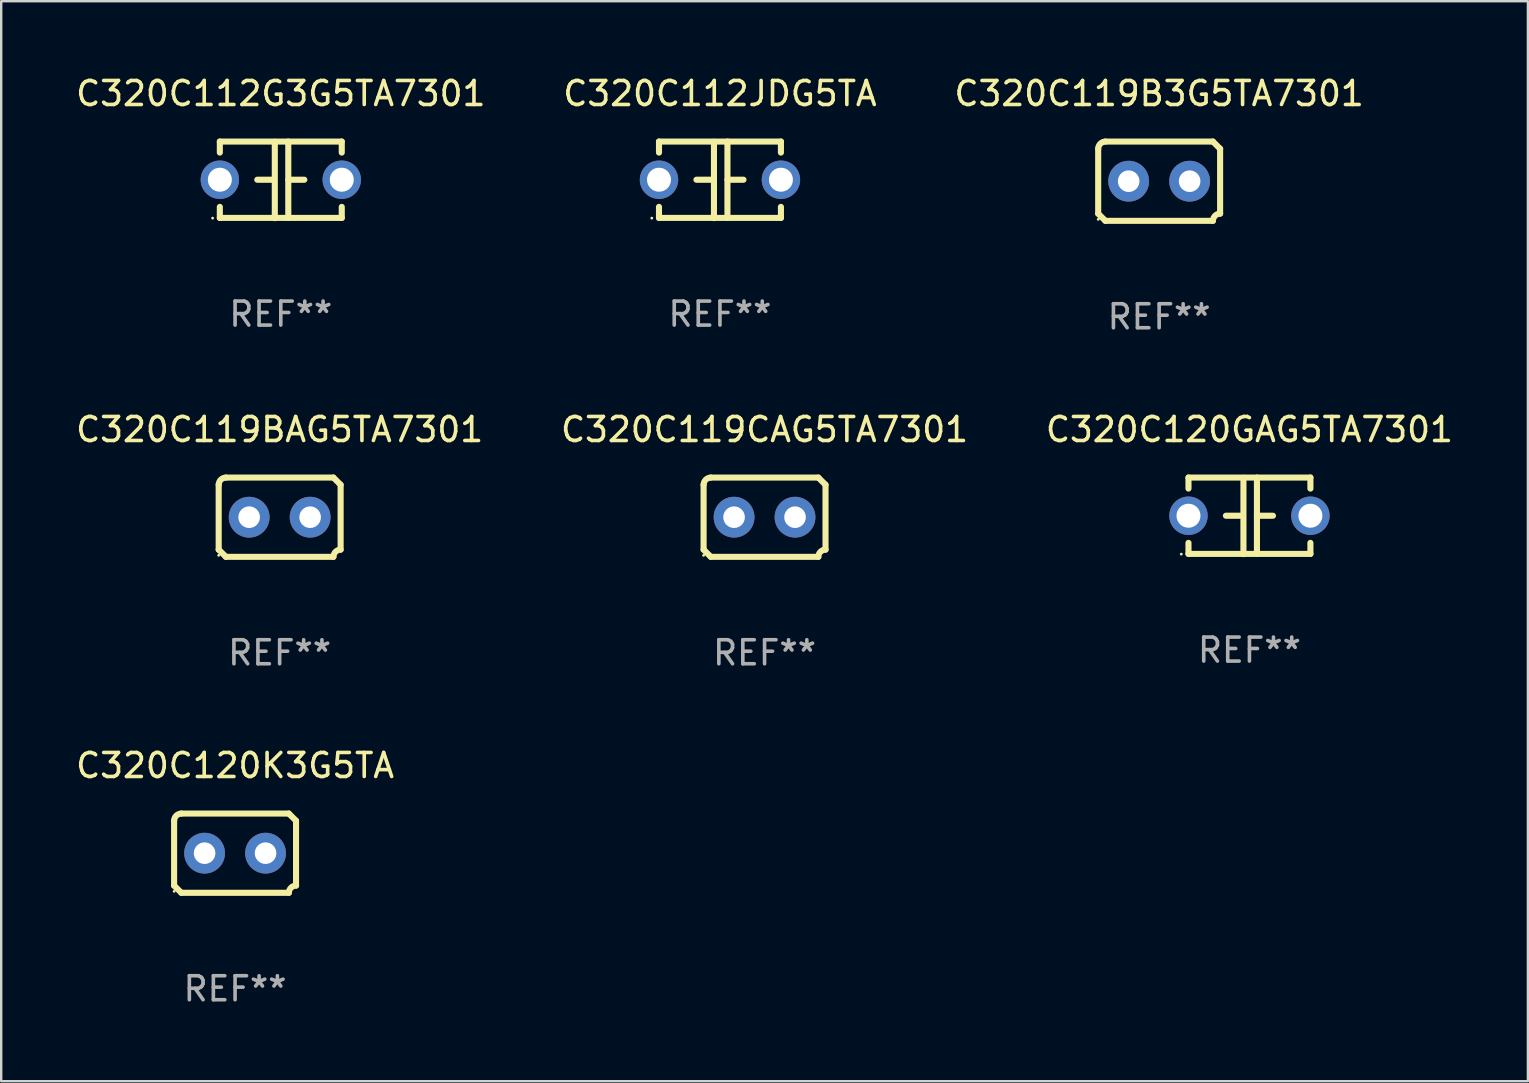
<source format=kicad_pcb>
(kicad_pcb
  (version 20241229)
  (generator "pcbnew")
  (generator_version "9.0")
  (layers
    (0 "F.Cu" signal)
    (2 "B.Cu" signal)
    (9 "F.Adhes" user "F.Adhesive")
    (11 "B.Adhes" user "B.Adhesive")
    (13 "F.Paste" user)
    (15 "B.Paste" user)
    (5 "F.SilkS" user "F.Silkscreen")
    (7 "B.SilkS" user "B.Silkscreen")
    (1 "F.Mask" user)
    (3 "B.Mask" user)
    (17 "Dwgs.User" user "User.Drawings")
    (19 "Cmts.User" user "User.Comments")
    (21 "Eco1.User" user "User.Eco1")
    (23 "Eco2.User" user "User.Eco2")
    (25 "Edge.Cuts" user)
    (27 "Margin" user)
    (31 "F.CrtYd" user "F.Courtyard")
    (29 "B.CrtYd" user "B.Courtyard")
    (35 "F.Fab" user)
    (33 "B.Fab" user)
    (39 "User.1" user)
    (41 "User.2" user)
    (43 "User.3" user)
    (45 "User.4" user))
  (footprint "C320C120K3G5TA"
    (layer "F.Cu")
    (at 6.744 32.496)
    (property "Reference" "C320C120K3G5TA" (at 0 -3.651 0) (layer "F.SilkS") (effects (font (size 1 1) (thickness 0.15))))
    (attr through_hole)
    (fp_line (start -2.54 -1.351) (end -2.54 1.351) (stroke (width 0.254) (type solid)) (layer "F.SilkS"))
    (fp_line (start -2.24 -1.651) (end 2.24 -1.651) (stroke (width 0.254) (type solid)) (layer "F.SilkS"))
    (fp_line (start 2.24 1.651) (end -2.24 1.651) (stroke (width 0.254) (type solid)) (layer "F.SilkS"))
    (fp_line (start 2.54 1.351) (end 2.54 -1.351) (stroke (width 0.254) (type solid)) (layer "F.SilkS"))
    (fp_arc (start -2.540005 -1.351283) (mid -2.450115 -1.561309) (end -2.240005 -1.651003) (stroke (width 0.254001) (type solid)) (layer "F.SilkS"))
    (fp_arc (start -2.240287 1.651001) (mid -2.390163 1.501019) (end -2.540005 1.351003) (stroke (width 0.254001) (type solid)) (layer "F.SilkS"))
    (fp_arc (start 2.240005 1.651003) (mid 2.329934 1.441015) (end 2.540005 1.351282) (stroke (width 0.254001) (type solid)) (layer "F.SilkS"))
    (fp_arc (start 2.540005 -1.351003) (mid 2.389393 -1.500252) (end 2.240284 -1.651003) (stroke (width 0.254001) (type solid)) (layer "F.SilkS"))
    (fp_circle (center -2.54 1.59) (end -2.51 1.59) (stroke (width 0.06) (type solid)) (fill no) (layer "F.SilkS"))
    (fp_text user "REF**" (at 0 5.651 0) (layer "F.Fab") (effects (font (size 1 1) (thickness 0.15))))
    (pad "1" thru_hole circle (at -1.27 0) (size 1.7 1.7) (drill 0.9) (layers "*.Cu" "*.Mask"))
    (pad "2" thru_hole circle (at 1.27 0) (size 1.7 1.7) (drill 0.9) (layers "*.Cu" "*.Mask")))
  (footprint "C320C119B3G5TA7301"
    (layer "F.Cu")
    (at 45.244 4.499)
    (property "Reference" "C320C119B3G5TA7301" (at 0 -3.651 0) (layer "F.SilkS") (effects (font (size 1 1) (thickness 0.15))))
    (attr through_hole)
    (fp_line (start -2.54 -1.351) (end -2.54 1.351) (stroke (width 0.254) (type solid)) (layer "F.SilkS"))
    (fp_line (start -2.24 -1.651) (end 2.24 -1.651) (stroke (width 0.254) (type solid)) (layer "F.SilkS"))
    (fp_line (start 2.24 1.651) (end -2.24 1.651) (stroke (width 0.254) (type solid)) (layer "F.SilkS"))
    (fp_line (start 2.54 1.351) (end 2.54 -1.351) (stroke (width 0.254) (type solid)) (layer "F.SilkS"))
    (fp_arc (start -2.540005 -1.351283) (mid -2.450115 -1.561309) (end -2.240005 -1.651003) (stroke (width 0.254001) (type solid)) (layer "F.SilkS"))
    (fp_arc (start -2.240287 1.651001) (mid -2.390163 1.501019) (end -2.540005 1.351003) (stroke (width 0.254001) (type solid)) (layer "F.SilkS"))
    (fp_arc (start 2.240005 1.651003) (mid 2.329934 1.441015) (end 2.540005 1.351282) (stroke (width 0.254001) (type solid)) (layer "F.SilkS"))
    (fp_arc (start 2.540005 -1.351003) (mid 2.389393 -1.500252) (end 2.240284 -1.651003) (stroke (width 0.254001) (type solid)) (layer "F.SilkS"))
    (fp_circle (center -2.54 1.59) (end -2.51 1.59) (stroke (width 0.06) (type solid)) (fill no) (layer "F.SilkS"))
    (fp_text user "REF**" (at 0 5.651 0) (layer "F.Fab") (effects (font (size 1 1) (thickness 0.15))))
    (pad "1" thru_hole circle (at -1.27 0) (size 1.7 1.7) (drill 0.9) (layers "*.Cu" "*.Mask"))
    (pad "2" thru_hole circle (at 1.27 0) (size 1.7 1.7) (drill 0.9) (layers "*.Cu" "*.Mask")))
  (footprint "C320C112JDG5TA"
    (layer "F.Cu")
    (at 26.946 4.443)
    (property "Reference" "C320C112JDG5TA" (at 0 -3.595 0) (layer "F.SilkS") (effects (font (size 1 1) (thickness 0.15))))
    (attr through_hole)
    (fp_line (start -2.54 -1.595) (end -2.54 -1.136) (stroke (width 0.254) (type solid)) (layer "F.SilkS"))
    (fp_line (start -2.54 -1.595) (end 2.54 -1.595) (stroke (width 0.254) (type solid)) (layer "F.SilkS"))
    (fp_line (start -2.54 1.126) (end -2.54 1.585) (stroke (width 0.254) (type solid)) (layer "F.SilkS"))
    (fp_line (start -0.312 -0.005) (end -0.98 -0.005) (stroke (width 0.254) (type solid)) (layer "F.SilkS"))
    (fp_line (start -0.25 -1.585) (end -0.25 1.595) (stroke (width 0.254) (type solid)) (layer "F.SilkS"))
    (fp_line (start 0.312 -1.595) (end 0.312 1.585) (stroke (width 0.254) (type solid)) (layer "F.SilkS"))
    (fp_line (start 0.312 -0.005) (end 0.98 -0.005) (stroke (width 0.254) (type solid)) (layer "F.SilkS"))
    (fp_line (start 2.54 -1.595) (end 2.54 -1.136) (stroke (width 0.254) (type solid)) (layer "F.SilkS"))
    (fp_line (start 2.54 1.126) (end 2.54 1.585) (stroke (width 0.254) (type solid)) (layer "F.SilkS"))
    (fp_line (start 2.54 1.585) (end -2.54 1.585) (stroke (width 0.254) (type solid)) (layer "F.SilkS"))
    (fp_circle (center -2.84 1.595) (end -2.81 1.595) (stroke (width 0.06) (type solid)) (fill no) (layer "F.SilkS"))
    (fp_text user "REF**" (at 0 5.595 0) (layer "F.Fab") (effects (font (size 1 1) (thickness 0.15))))
    (pad "1" thru_hole circle (at -2.54 -0.005) (size 1.6 1.6) (drill 1) (layers "*.Cu" "*.Mask"))
    (pad "2" thru_hole circle (at 2.54 -0.005) (size 1.6 1.6) (drill 1) (layers "*.Cu" "*.Mask")))
  (footprint "C320C112G3G5TA7301"
    (layer "F.Cu")
    (at 8.649 4.443)
    (property "Reference" "C320C112G3G5TA7301" (at 0 -3.595 0) (layer "F.SilkS") (effects (font (size 1 1) (thickness 0.15))))
    (attr through_hole)
    (fp_line (start -2.54 -1.595) (end -2.54 -1.136) (stroke (width 0.254) (type solid)) (layer "F.SilkS"))
    (fp_line (start -2.54 -1.595) (end 2.54 -1.595) (stroke (width 0.254) (type solid)) (layer "F.SilkS"))
    (fp_line (start -2.54 1.126) (end -2.54 1.585) (stroke (width 0.254) (type solid)) (layer "F.SilkS"))
    (fp_line (start -0.312 -0.005) (end -0.98 -0.005) (stroke (width 0.254) (type solid)) (layer "F.SilkS"))
    (fp_line (start -0.25 -1.585) (end -0.25 1.595) (stroke (width 0.254) (type solid)) (layer "F.SilkS"))
    (fp_line (start 0.312 -1.595) (end 0.312 1.585) (stroke (width 0.254) (type solid)) (layer "F.SilkS"))
    (fp_line (start 0.312 -0.005) (end 0.98 -0.005) (stroke (width 0.254) (type solid)) (layer "F.SilkS"))
    (fp_line (start 2.54 -1.595) (end 2.54 -1.136) (stroke (width 0.254) (type solid)) (layer "F.SilkS"))
    (fp_line (start 2.54 1.126) (end 2.54 1.585) (stroke (width 0.254) (type solid)) (layer "F.SilkS"))
    (fp_line (start 2.54 1.585) (end -2.54 1.585) (stroke (width 0.254) (type solid)) (layer "F.SilkS"))
    (fp_circle (center -2.84 1.595) (end -2.81 1.595) (stroke (width 0.06) (type solid)) (fill no) (layer "F.SilkS"))
    (fp_text user "REF**" (at 0 5.595 0) (layer "F.Fab") (effects (font (size 1 1) (thickness 0.15))))
    (pad "1" thru_hole circle (at -2.54 -0.005) (size 1.6 1.6) (drill 1) (layers "*.Cu" "*.Mask"))
    (pad "2" thru_hole circle (at 2.54 -0.005) (size 1.6 1.6) (drill 1) (layers "*.Cu" "*.Mask")))
  (footprint "C320C119BAG5TA7301"
    (layer "F.Cu")
    (at 8.601 18.498)
    (property "Reference" "C320C119BAG5TA7301" (at 0 -3.651 0) (layer "F.SilkS") (effects (font (size 1 1) (thickness 0.15))))
    (attr through_hole)
    (fp_line (start -2.54 -1.351) (end -2.54 1.351) (stroke (width 0.254) (type solid)) (layer "F.SilkS"))
    (fp_line (start -2.24 -1.651) (end 2.24 -1.651) (stroke (width 0.254) (type solid)) (layer "F.SilkS"))
    (fp_line (start 2.24 1.651) (end -2.24 1.651) (stroke (width 0.254) (type solid)) (layer "F.SilkS"))
    (fp_line (start 2.54 1.351) (end 2.54 -1.351) (stroke (width 0.254) (type solid)) (layer "F.SilkS"))
    (fp_arc (start -2.540005 -1.351283) (mid -2.450115 -1.561309) (end -2.240005 -1.651003) (stroke (width 0.254001) (type solid)) (layer "F.SilkS"))
    (fp_arc (start -2.240287 1.651001) (mid -2.390163 1.501019) (end -2.540005 1.351003) (stroke (width 0.254001) (type solid)) (layer "F.SilkS"))
    (fp_arc (start 2.240005 1.651003) (mid 2.329934 1.441015) (end 2.540005 1.351282) (stroke (width 0.254001) (type solid)) (layer "F.SilkS"))
    (fp_arc (start 2.540005 -1.351003) (mid 2.389393 -1.500252) (end 2.240284 -1.651003) (stroke (width 0.254001) (type solid)) (layer "F.SilkS"))
    (fp_circle (center -2.54 1.59) (end -2.51 1.59) (stroke (width 0.06) (type solid)) (fill no) (layer "F.SilkS"))
    (fp_text user "REF**" (at 0 5.651 0) (layer "F.Fab") (effects (font (size 1 1) (thickness 0.15))))
    (pad "1" thru_hole circle (at -1.27 0) (size 1.7 1.7) (drill 0.9) (layers "*.Cu" "*.Mask"))
    (pad "2" thru_hole circle (at 1.27 0) (size 1.7 1.7) (drill 0.9) (layers "*.Cu" "*.Mask")))
  (footprint "C320C119CAG5TA7301"
    (layer "F.Cu")
    (at 28.804 18.498)
    (property "Reference" "C320C119CAG5TA7301" (at 0 -3.651 0) (layer "F.SilkS") (effects (font (size 1 1) (thickness 0.15))))
    (attr through_hole)
    (fp_line (start -2.54 -1.351) (end -2.54 1.351) (stroke (width 0.254) (type solid)) (layer "F.SilkS"))
    (fp_line (start -2.24 -1.651) (end 2.24 -1.651) (stroke (width 0.254) (type solid)) (layer "F.SilkS"))
    (fp_line (start 2.24 1.651) (end -2.24 1.651) (stroke (width 0.254) (type solid)) (layer "F.SilkS"))
    (fp_line (start 2.54 1.351) (end 2.54 -1.351) (stroke (width 0.254) (type solid)) (layer "F.SilkS"))
    (fp_arc (start -2.540005 -1.351283) (mid -2.450115 -1.561309) (end -2.240005 -1.651003) (stroke (width 0.254001) (type solid)) (layer "F.SilkS"))
    (fp_arc (start -2.240287 1.651001) (mid -2.390163 1.501019) (end -2.540005 1.351003) (stroke (width 0.254001) (type solid)) (layer "F.SilkS"))
    (fp_arc (start 2.240005 1.651003) (mid 2.329934 1.441015) (end 2.540005 1.351282) (stroke (width 0.254001) (type solid)) (layer "F.SilkS"))
    (fp_arc (start 2.540005 -1.351003) (mid 2.389393 -1.500252) (end 2.240284 -1.651003) (stroke (width 0.254001) (type solid)) (layer "F.SilkS"))
    (fp_circle (center -2.54 1.59) (end -2.51 1.59) (stroke (width 0.06) (type solid)) (fill no) (layer "F.SilkS"))
    (fp_text user "REF**" (at 0 5.651 0) (layer "F.Fab") (effects (font (size 1 1) (thickness 0.15))))
    (pad "1" thru_hole circle (at -1.27 0) (size 1.7 1.7) (drill 0.9) (layers "*.Cu" "*.Mask"))
    (pad "2" thru_hole circle (at 1.27 0) (size 1.7 1.7) (drill 0.9) (layers "*.Cu" "*.Mask")))
  (footprint "C320C120GAG5TA7301"
    (layer "F.Cu")
    (at 49.006 18.442)
    (property "Reference" "C320C120GAG5TA7301" (at 0 -3.595 0) (layer "F.SilkS") (effects (font (size 1 1) (thickness 0.15))))
    (attr through_hole)
    (fp_line (start -2.54 -1.595) (end -2.54 -1.136) (stroke (width 0.254) (type solid)) (layer "F.SilkS"))
    (fp_line (start -2.54 -1.595) (end 2.54 -1.595) (stroke (width 0.254) (type solid)) (layer "F.SilkS"))
    (fp_line (start -2.54 1.126) (end -2.54 1.585) (stroke (width 0.254) (type solid)) (layer "F.SilkS"))
    (fp_line (start -0.312 -0.005) (end -0.98 -0.005) (stroke (width 0.254) (type solid)) (layer "F.SilkS"))
    (fp_line (start -0.25 -1.585) (end -0.25 1.595) (stroke (width 0.254) (type solid)) (layer "F.SilkS"))
    (fp_line (start 0.312 -1.595) (end 0.312 1.585) (stroke (width 0.254) (type solid)) (layer "F.SilkS"))
    (fp_line (start 0.312 -0.005) (end 0.98 -0.005) (stroke (width 0.254) (type solid)) (layer "F.SilkS"))
    (fp_line (start 2.54 -1.595) (end 2.54 -1.136) (stroke (width 0.254) (type solid)) (layer "F.SilkS"))
    (fp_line (start 2.54 1.126) (end 2.54 1.585) (stroke (width 0.254) (type solid)) (layer "F.SilkS"))
    (fp_line (start 2.54 1.585) (end -2.54 1.585) (stroke (width 0.254) (type solid)) (layer "F.SilkS"))
    (fp_circle (center -2.84 1.595) (end -2.81 1.595) (stroke (width 0.06) (type solid)) (fill no) (layer "F.SilkS"))
    (fp_text user "REF**" (at 0 5.595 0) (layer "F.Fab") (effects (font (size 1 1) (thickness 0.15))))
    (pad "1" thru_hole circle (at -2.54 -0.005) (size 1.6 1.6) (drill 1) (layers "*.Cu" "*.Mask"))
    (pad "2" thru_hole circle (at 2.54 -0.005) (size 1.6 1.6) (drill 1) (layers "*.Cu" "*.Mask")))
  (gr_rect
    (start -3 -3)
    (end 60.607 41.996)
    (stroke (width 0.1) (type default))
    (fill no)
    (layer "Edge.Cuts")))
</source>
